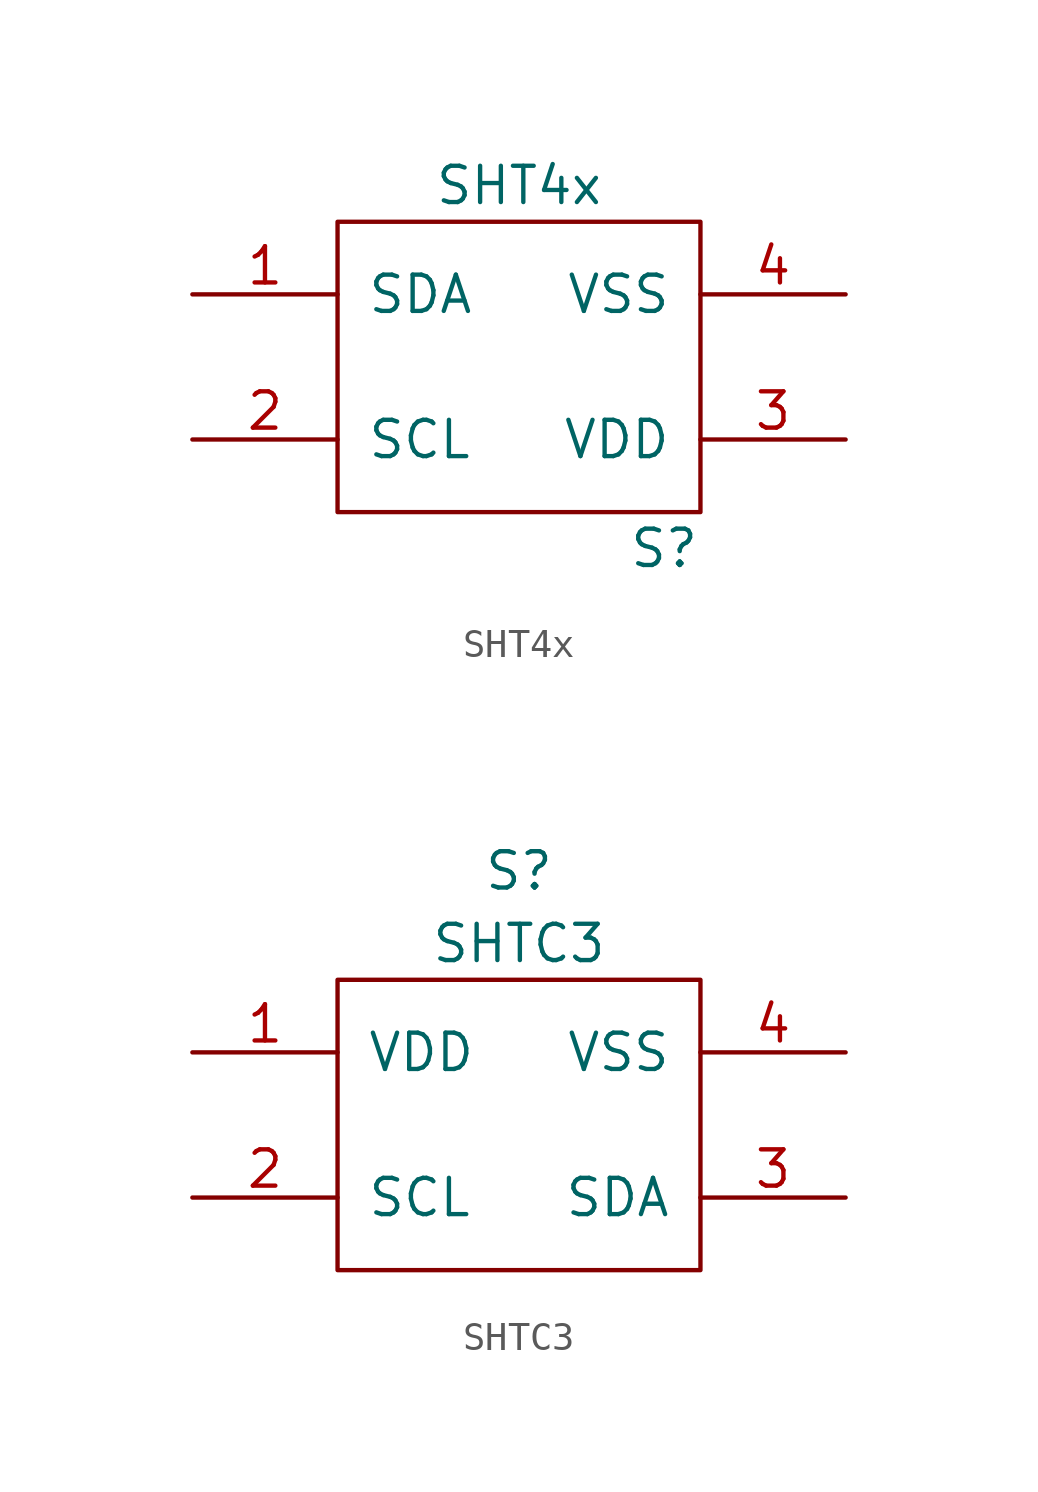
<source format=kicad_sym>
(kicad_symbol_lib
  (version 20211014)
  (generator kicad_symbol_editor)
  (symbol "SHT4x"
    (pin_names
      (offset 1.016))
    (property "Reference" "S"
      (at 5.08 -6.35 0)
      (effects (font (size 1.27 1.27))))
    (property "Value" "SHT4x"
      (at 0 6.35 0)
      (effects (font (size 1.27 1.27))))
    (symbol "SHT4x_0_0"
      (pin bidirectional line (at -11.43 2.54 0) (length 5.08) (name "SDA" (effects (font (size 1.27 1.27)))) (number "1" (effects (font (size 1.27 1.27)))))
      (pin input line (at -11.43 -2.54 0) (length 5.08) (name "SCL" (effects (font (size 1.27 1.27)))) (number "2" (effects (font (size 1.27 1.27)))))
      (pin power_in line (at 11.43 -2.54 180) (length 5.08) (name "VDD" (effects (font (size 1.27 1.27)))) (number "3" (effects (font (size 1.27 1.27)))))
      (pin power_in line (at 11.43 2.54 180) (length 5.08) (name "VSS" (effects (font (size 1.27 1.27)))) (number "4" (effects (font (size 1.27 1.27))))))
    (symbol "SHT4x_0_1"
      (rectangle (start -6.35 5.08) (end 6.35 -5.08) (stroke (width 0) (type default) (color 0 0 0 0)) (fill (type none)))))
  (symbol "SHTC3"
    (pin_names
      (offset 1.016))
    (property "Reference" "S"
      (at 0 8.89 0)
      (effects (font (size 1.27 1.27))))
    (property "Value" "SHTC3"
      (at 0 6.35 0)
      (effects (font (size 1.27 1.27))))
    (symbol "SHTC3_0_0"
      (pin power_in line (at -11.43 2.54 0) (length 5.08) (name "VDD" (effects (font (size 1.27 1.27)))) (number "1" (effects (font (size 1.27 1.27)))))
      (pin bidirectional line (at -11.43 -2.54 0) (length 5.08) (name "SCL" (effects (font (size 1.27 1.27)))) (number "2" (effects (font (size 1.27 1.27)))))
      (pin bidirectional line (at 11.43 -2.54 180) (length 5.08) (name "SDA" (effects (font (size 1.27 1.27)))) (number "3" (effects (font (size 1.27 1.27)))))
      (pin power_in line (at 11.43 2.54 180) (length 5.08) (name "VSS" (effects (font (size 1.27 1.27)))) (number "4" (effects (font (size 1.27 1.27))))))
    (symbol "SHTC3_0_1"
      (rectangle (start -6.35 5.08) (end 6.35 -5.08) (stroke (width 0) (type default) (color 0 0 0 0)) (fill (type none))))))
</source>
